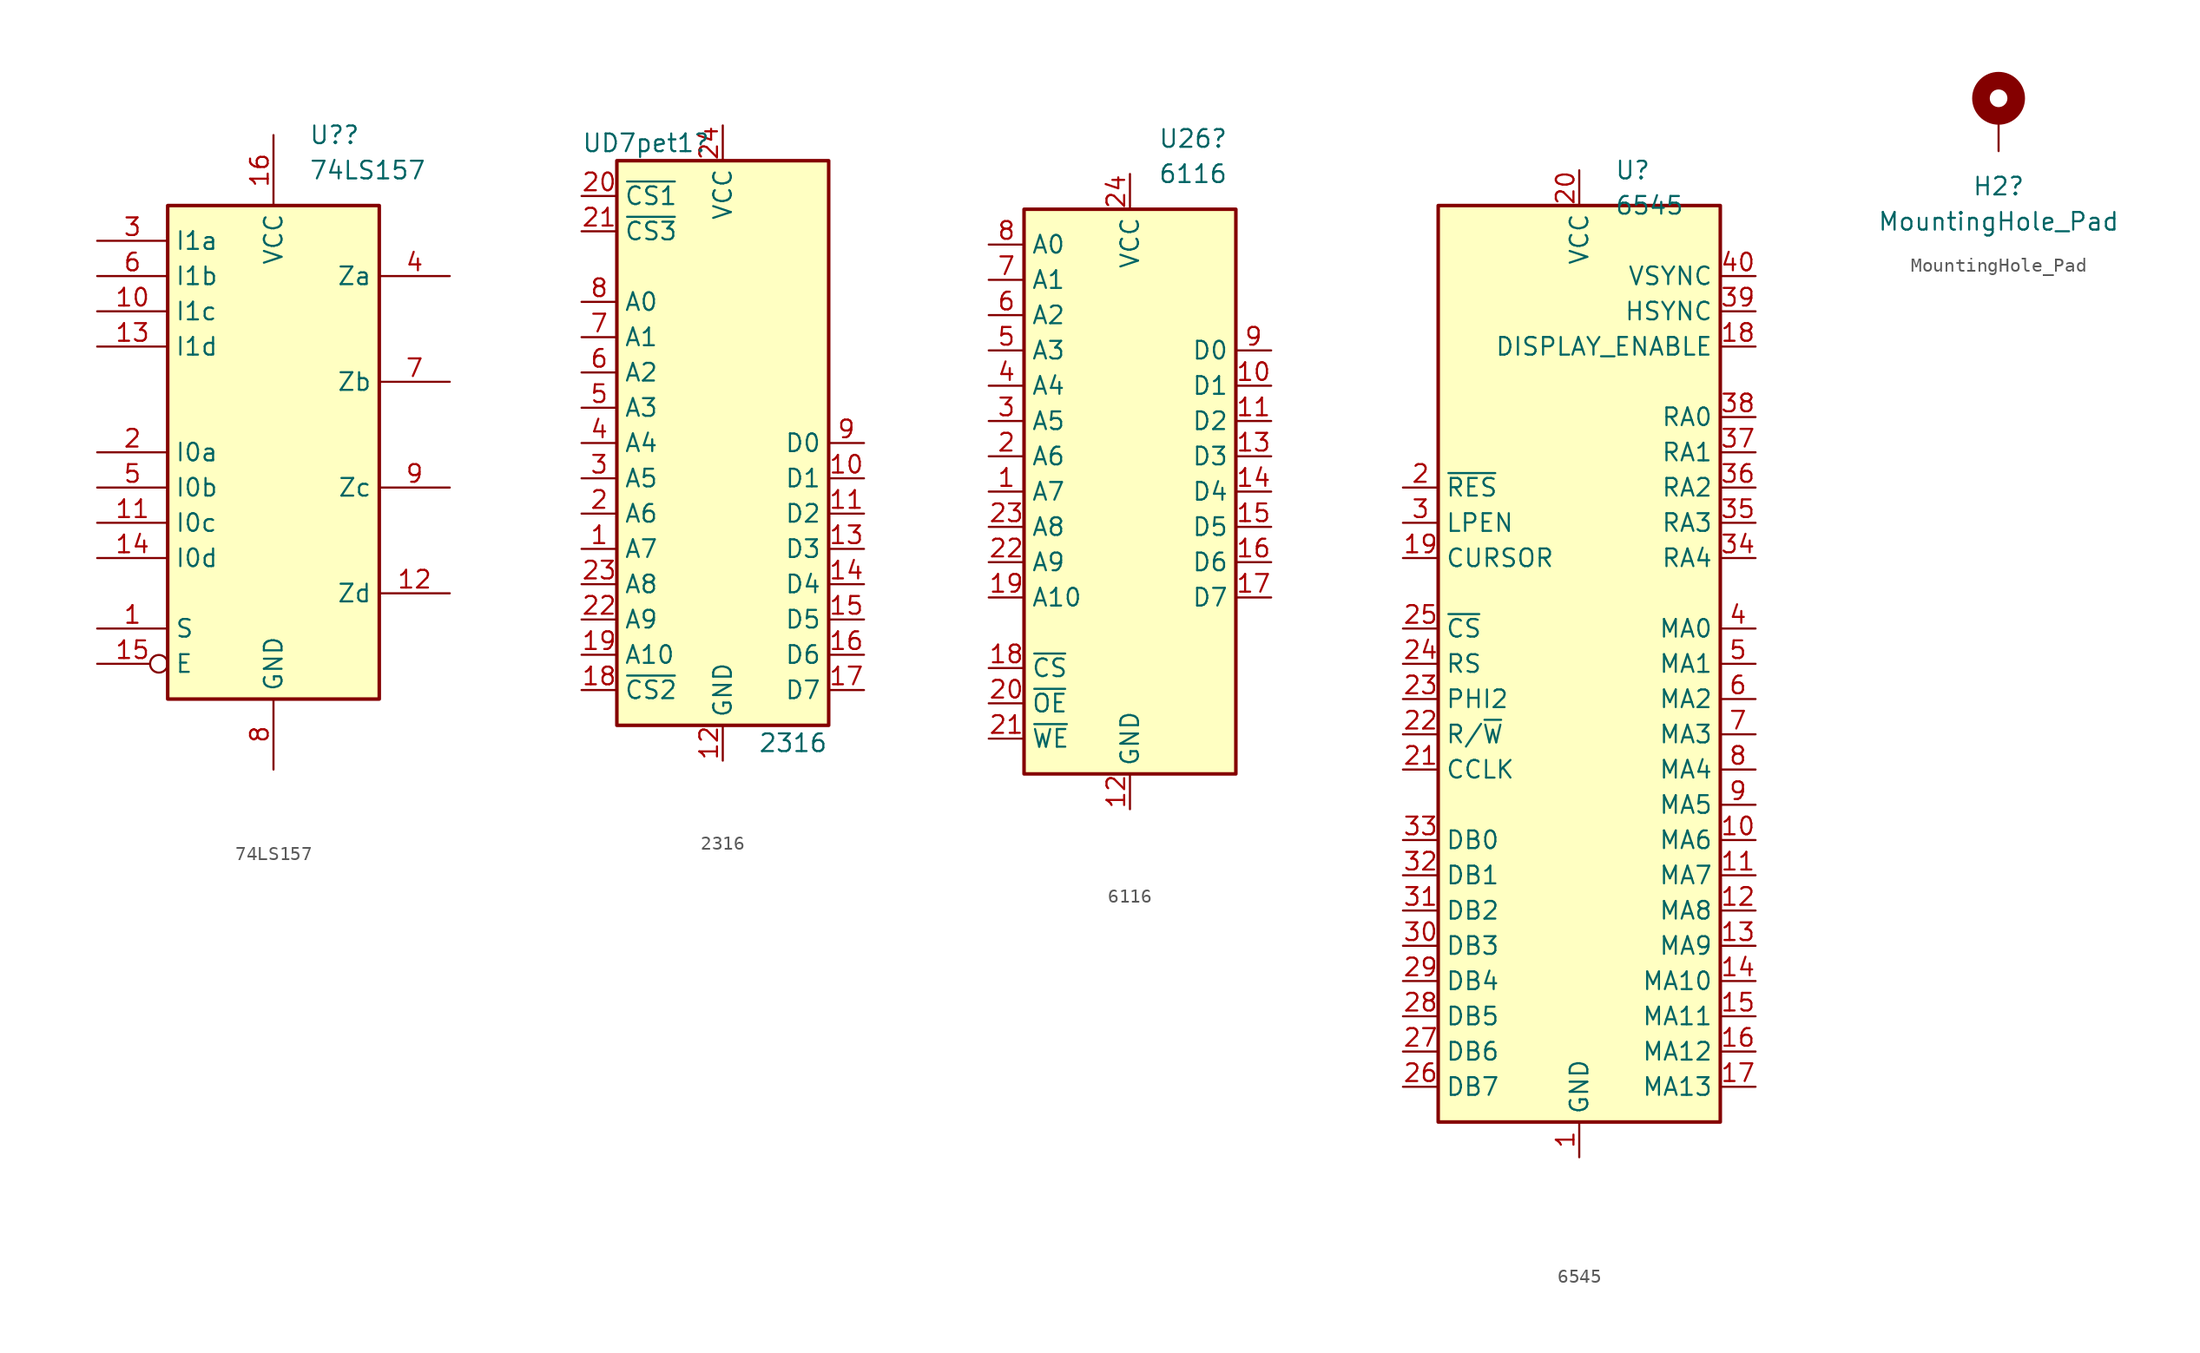
<source format=kicad_sym>
(kicad_symbol_lib
  (version 20220914)
  (generator kicad_symbol_editor)
  (symbol "74LS157"
    (property "Reference" "U?"
      (at 2.54 22.86 0)
      (effects (font (size 1.27 1.27)) (justify left)))
    (property "Value" "74LS157"
      (at 2.54 20.32 0)
      (effects (font (size 1.27 1.27)) (justify left)))
    (symbol "74LS157_1_0"
      (pin input line (at -12.7 -12.7 0) (length 5.08) (name "S" (effects (font (size 1.27 1.27)))) (number "1" (effects (font (size 1.27 1.27)))))
      (pin input line (at -12.7 10.16 0) (length 5.08) (name "I1c" (effects (font (size 1.27 1.27)))) (number "10" (effects (font (size 1.27 1.27)))))
      (pin input line (at -12.7 -5.08 0) (length 5.08) (name "I0c" (effects (font (size 1.27 1.27)))) (number "11" (effects (font (size 1.27 1.27)))))
      (pin output line (at 12.7 -10.16 180) (length 5.08) (name "Zd" (effects (font (size 1.27 1.27)))) (number "12" (effects (font (size 1.27 1.27)))))
      (pin input line (at -12.7 7.62 0) (length 5.08) (name "I1d" (effects (font (size 1.27 1.27)))) (number "13" (effects (font (size 1.27 1.27)))))
      (pin input line (at -12.7 -7.62 0) (length 5.08) (name "I0d" (effects (font (size 1.27 1.27)))) (number "14" (effects (font (size 1.27 1.27)))))
      (pin input inverted (at -12.7 -15.24 0) (length 5.08) (name "E" (effects (font (size 1.27 1.27)))) (number "15" (effects (font (size 1.27 1.27)))))
      (pin power_in line (at 0 22.86 270) (length 5.08) (name "VCC" (effects (font (size 1.27 1.27)))) (number "16" (effects (font (size 1.27 1.27)))))
      (pin input line (at -12.7 0 0) (length 5.08) (name "I0a" (effects (font (size 1.27 1.27)))) (number "2" (effects (font (size 1.27 1.27)))))
      (pin input line (at -12.7 15.24 0) (length 5.08) (name "I1a" (effects (font (size 1.27 1.27)))) (number "3" (effects (font (size 1.27 1.27)))))
      (pin output line (at 12.7 12.7 180) (length 5.08) (name "Za" (effects (font (size 1.27 1.27)))) (number "4" (effects (font (size 1.27 1.27)))))
      (pin input line (at -12.7 -2.54 0) (length 5.08) (name "I0b" (effects (font (size 1.27 1.27)))) (number "5" (effects (font (size 1.27 1.27)))))
      (pin input line (at -12.7 12.7 0) (length 5.08) (name "I1b" (effects (font (size 1.27 1.27)))) (number "6" (effects (font (size 1.27 1.27)))))
      (pin output line (at 12.7 5.08 180) (length 5.08) (name "Zb" (effects (font (size 1.27 1.27)))) (number "7" (effects (font (size 1.27 1.27)))))
      (pin power_in line (at 0 -22.86 90) (length 5.08) (name "GND" (effects (font (size 1.27 1.27)))) (number "8" (effects (font (size 1.27 1.27)))))
      (pin output line (at 12.7 -2.54 180) (length 5.08) (name "Zc" (effects (font (size 1.27 1.27)))) (number "9" (effects (font (size 1.27 1.27))))))
    (symbol "74LS157_1_1"
      (rectangle (start -7.62 17.78) (end 7.62 -17.78) (stroke (width 0.254) (type default)) (fill (type background)))))
  (symbol "2316"
    (property "Reference" "UD7pet1"
      (at -10.16 21.59 0)
      (effects (font (size 1.27 1.27)) (justify left)))
    (property "Value" "2316"
      (at 2.54 -21.59 0)
      (effects (font (size 1.27 1.27)) (justify left)))
    (symbol "2316_0_1"
      (rectangle (start -7.62 20.32) (end 7.62 -20.32) (stroke (width 0.254) (type default)) (fill (type background))))
    (symbol "2316_1_1"
      (pin input line (at -10.16 -7.62 0) (length 2.54) (name "A7" (effects (font (size 1.27 1.27)))) (number "1" (effects (font (size 1.27 1.27)))))
      (pin tri_state line (at 10.16 -2.54 180) (length 2.54) (name "D1" (effects (font (size 1.27 1.27)))) (number "10" (effects (font (size 1.27 1.27)))))
      (pin tri_state line (at 10.16 -5.08 180) (length 2.54) (name "D2" (effects (font (size 1.27 1.27)))) (number "11" (effects (font (size 1.27 1.27)))))
      (pin power_in line (at 0 -22.86 90) (length 2.54) (name "GND" (effects (font (size 1.27 1.27)))) (number "12" (effects (font (size 1.27 1.27)))))
      (pin tri_state line (at 10.16 -7.62 180) (length 2.54) (name "D3" (effects (font (size 1.27 1.27)))) (number "13" (effects (font (size 1.27 1.27)))))
      (pin tri_state line (at 10.16 -10.16 180) (length 2.54) (name "D4" (effects (font (size 1.27 1.27)))) (number "14" (effects (font (size 1.27 1.27)))))
      (pin tri_state line (at 10.16 -12.7 180) (length 2.54) (name "D5" (effects (font (size 1.27 1.27)))) (number "15" (effects (font (size 1.27 1.27)))))
      (pin tri_state line (at 10.16 -15.24 180) (length 2.54) (name "D6" (effects (font (size 1.27 1.27)))) (number "16" (effects (font (size 1.27 1.27)))))
      (pin tri_state line (at 10.16 -17.78 180) (length 2.54) (name "D7" (effects (font (size 1.27 1.27)))) (number "17" (effects (font (size 1.27 1.27)))))
      (pin input line (at -10.16 -17.78 0) (length 2.54) (name "~{CS2}" (effects (font (size 1.27 1.27)))) (number "18" (effects (font (size 1.27 1.27)))))
      (pin input line (at -10.16 -15.24 0) (length 2.54) (name "A10" (effects (font (size 1.27 1.27)))) (number "19" (effects (font (size 1.27 1.27)))))
      (pin input line (at -10.16 -5.08 0) (length 2.54) (name "A6" (effects (font (size 1.27 1.27)))) (number "2" (effects (font (size 1.27 1.27)))))
      (pin input line (at -10.16 17.78 0) (length 2.54) (name "~{CS1}" (effects (font (size 1.27 1.27)))) (number "20" (effects (font (size 1.27 1.27)))))
      (pin input line (at -10.16 15.24 0) (length 2.54) (name "~{CS3}" (effects (font (size 1.27 1.27)))) (number "21" (effects (font (size 1.27 1.27)))))
      (pin input line (at -10.16 -12.7 0) (length 2.54) (name "A9" (effects (font (size 1.27 1.27)))) (number "22" (effects (font (size 1.27 1.27)))))
      (pin input line (at -10.16 -10.16 0) (length 2.54) (name "A8" (effects (font (size 1.27 1.27)))) (number "23" (effects (font (size 1.27 1.27)))))
      (pin power_in line (at 0 22.86 270) (length 2.54) (name "VCC" (effects (font (size 1.27 1.27)))) (number "24" (effects (font (size 1.27 1.27)))))
      (pin input line (at -10.16 -2.54 0) (length 2.54) (name "A5" (effects (font (size 1.27 1.27)))) (number "3" (effects (font (size 1.27 1.27)))))
      (pin input line (at -10.16 0 0) (length 2.54) (name "A4" (effects (font (size 1.27 1.27)))) (number "4" (effects (font (size 1.27 1.27)))))
      (pin input line (at -10.16 2.54 0) (length 2.54) (name "A3" (effects (font (size 1.27 1.27)))) (number "5" (effects (font (size 1.27 1.27)))))
      (pin input line (at -10.16 5.08 0) (length 2.54) (name "A2" (effects (font (size 1.27 1.27)))) (number "6" (effects (font (size 1.27 1.27)))))
      (pin input line (at -10.16 7.62 0) (length 2.54) (name "A1" (effects (font (size 1.27 1.27)))) (number "7" (effects (font (size 1.27 1.27)))))
      (pin input line (at -10.16 10.16 0) (length 2.54) (name "A0" (effects (font (size 1.27 1.27)))) (number "8" (effects (font (size 1.27 1.27)))))
      (pin tri_state line (at 10.16 0 180) (length 2.54) (name "D0" (effects (font (size 1.27 1.27)))) (number "9" (effects (font (size 1.27 1.27)))))))
  (symbol "6116"
    (property "Reference" "U26"
      (at 2.019 25.4 0)
      (effects (font (size 1.27 1.27)) (justify left)))
    (property "Value" "6116"
      (at 2.019 22.86 0)
      (effects (font (size 1.27 1.27)) (justify left)))
    (symbol "6116_0_1"
      (rectangle (start -7.62 20.32) (end 7.62 -20.32) (stroke (width 0.254) (type default)) (fill (type background))))
    (symbol "6116_1_1"
      (pin input line (at -10.16 0 0) (length 2.54) (name "A7" (effects (font (size 1.27 1.27)))) (number "1" (effects (font (size 1.27 1.27)))))
      (pin bidirectional line (at 10.16 7.62 180) (length 2.54) (name "D1" (effects (font (size 1.27 1.27)))) (number "10" (effects (font (size 1.27 1.27)))))
      (pin bidirectional line (at 10.16 5.08 180) (length 2.54) (name "D2" (effects (font (size 1.27 1.27)))) (number "11" (effects (font (size 1.27 1.27)))))
      (pin power_in line (at 0 -22.86 90) (length 2.54) (name "GND" (effects (font (size 1.27 1.27)))) (number "12" (effects (font (size 1.27 1.27)))))
      (pin bidirectional line (at 10.16 2.54 180) (length 2.54) (name "D3" (effects (font (size 1.27 1.27)))) (number "13" (effects (font (size 1.27 1.27)))))
      (pin bidirectional line (at 10.16 0 180) (length 2.54) (name "D4" (effects (font (size 1.27 1.27)))) (number "14" (effects (font (size 1.27 1.27)))))
      (pin bidirectional line (at 10.16 -2.54 180) (length 2.54) (name "D5" (effects (font (size 1.27 1.27)))) (number "15" (effects (font (size 1.27 1.27)))))
      (pin bidirectional line (at 10.16 -5.08 180) (length 2.54) (name "D6" (effects (font (size 1.27 1.27)))) (number "16" (effects (font (size 1.27 1.27)))))
      (pin bidirectional line (at 10.16 -7.62 180) (length 2.54) (name "D7" (effects (font (size 1.27 1.27)))) (number "17" (effects (font (size 1.27 1.27)))))
      (pin input line (at -10.16 -12.7 0) (length 2.54) (name "~{CS}" (effects (font (size 1.27 1.27)))) (number "18" (effects (font (size 1.27 1.27)))))
      (pin input line (at -10.16 -7.62 0) (length 2.54) (name "A10" (effects (font (size 1.27 1.27)))) (number "19" (effects (font (size 1.27 1.27)))))
      (pin input line (at -10.16 2.54 0) (length 2.54) (name "A6" (effects (font (size 1.27 1.27)))) (number "2" (effects (font (size 1.27 1.27)))))
      (pin input line (at -10.16 -15.24 0) (length 2.54) (name "~{OE}" (effects (font (size 1.27 1.27)))) (number "20" (effects (font (size 1.27 1.27)))))
      (pin input line (at -10.16 -17.78 0) (length 2.54) (name "~{WE}" (effects (font (size 1.27 1.27)))) (number "21" (effects (font (size 1.27 1.27)))))
      (pin input line (at -10.16 -5.08 0) (length 2.54) (name "A9" (effects (font (size 1.27 1.27)))) (number "22" (effects (font (size 1.27 1.27)))))
      (pin input line (at -10.16 -2.54 0) (length 2.54) (name "A8" (effects (font (size 1.27 1.27)))) (number "23" (effects (font (size 1.27 1.27)))))
      (pin power_in line (at 0 22.86 270) (length 2.54) (name "VCC" (effects (font (size 1.27 1.27)))) (number "24" (effects (font (size 1.27 1.27)))))
      (pin input line (at -10.16 5.08 0) (length 2.54) (name "A5" (effects (font (size 1.27 1.27)))) (number "3" (effects (font (size 1.27 1.27)))))
      (pin input line (at -10.16 7.62 0) (length 2.54) (name "A4" (effects (font (size 1.27 1.27)))) (number "4" (effects (font (size 1.27 1.27)))))
      (pin input line (at -10.16 10.16 0) (length 2.54) (name "A3" (effects (font (size 1.27 1.27)))) (number "5" (effects (font (size 1.27 1.27)))))
      (pin input line (at -10.16 12.7 0) (length 2.54) (name "A2" (effects (font (size 1.27 1.27)))) (number "6" (effects (font (size 1.27 1.27)))))
      (pin input line (at -10.16 15.24 0) (length 2.54) (name "A1" (effects (font (size 1.27 1.27)))) (number "7" (effects (font (size 1.27 1.27)))))
      (pin input line (at -10.16 17.78 0) (length 2.54) (name "A0" (effects (font (size 1.27 1.27)))) (number "8" (effects (font (size 1.27 1.27)))))
      (pin bidirectional line (at 10.16 10.16 180) (length 2.54) (name "D0" (effects (font (size 1.27 1.27)))) (number "9" (effects (font (size 1.27 1.27)))))))
  (symbol "6545"
    (property "Reference" "U"
      (at 2.54 35.56 0)
      (effects (font (size 1.27 1.27)) (justify left)))
    (property "Value" "6545"
      (at 2.54 33.02 0)
      (effects (font (size 1.27 1.27)) (justify left)))
    (symbol "6545_0_1"
      (rectangle (start -10.16 33.02) (end 10.16 -33.02) (stroke (width 0.254) (type default)) (fill (type background))))
    (symbol "6545_1_1"
      (pin power_in line (at 0 -35.56 90) (length 2.54) (name "GND" (effects (font (size 1.27 1.27)))) (number "1" (effects (font (size 1.27 1.27)))))
      (pin output line (at 12.7 -12.7 180) (length 2.54) (name "MA6" (effects (font (size 1.27 1.27)))) (number "10" (effects (font (size 1.27 1.27)))))
      (pin output line (at 12.7 -15.24 180) (length 2.54) (name "MA7" (effects (font (size 1.27 1.27)))) (number "11" (effects (font (size 1.27 1.27)))))
      (pin output line (at 12.7 -17.78 180) (length 2.54) (name "MA8" (effects (font (size 1.27 1.27)))) (number "12" (effects (font (size 1.27 1.27)))))
      (pin output line (at 12.7 -20.32 180) (length 2.54) (name "MA9" (effects (font (size 1.27 1.27)))) (number "13" (effects (font (size 1.27 1.27)))))
      (pin output line (at 12.7 -22.86 180) (length 2.54) (name "MA10" (effects (font (size 1.27 1.27)))) (number "14" (effects (font (size 1.27 1.27)))))
      (pin output line (at 12.7 -25.4 180) (length 2.54) (name "MA11" (effects (font (size 1.27 1.27)))) (number "15" (effects (font (size 1.27 1.27)))))
      (pin output line (at 12.7 -27.94 180) (length 2.54) (name "MA12" (effects (font (size 1.27 1.27)))) (number "16" (effects (font (size 1.27 1.27)))))
      (pin output line (at 12.7 -30.48 180) (length 2.54) (name "MA13" (effects (font (size 1.27 1.27)))) (number "17" (effects (font (size 1.27 1.27)))))
      (pin output line (at 12.7 22.86 180) (length 2.54) (name "DISPLAY_ENABLE" (effects (font (size 1.27 1.27)))) (number "18" (effects (font (size 1.27 1.27)))))
      (pin input line (at -12.7 7.62 0) (length 2.54) (name "CURSOR" (effects (font (size 1.27 1.27)))) (number "19" (effects (font (size 1.27 1.27)))))
      (pin input line (at -12.7 12.7 0) (length 2.54) (name "~{RES}" (effects (font (size 1.27 1.27)))) (number "2" (effects (font (size 1.27 1.27)))))
      (pin power_in line (at 0 35.56 270) (length 2.54) (name "VCC" (effects (font (size 1.27 1.27)))) (number "20" (effects (font (size 1.27 1.27)))))
      (pin input line (at -12.7 -7.62 0) (length 2.54) (name "CCLK" (effects (font (size 1.27 1.27)))) (number "21" (effects (font (size 1.27 1.27)))))
      (pin input line (at -12.7 -5.08 0) (length 2.54) (name "R/~{W}" (effects (font (size 1.27 1.27)))) (number "22" (effects (font (size 1.27 1.27)))))
      (pin input line (at -12.7 -2.54 0) (length 2.54) (name "PHI2" (effects (font (size 1.27 1.27)))) (number "23" (effects (font (size 1.27 1.27)))))
      (pin input line (at -12.7 0 0) (length 2.54) (name "RS" (effects (font (size 1.27 1.27)))) (number "24" (effects (font (size 1.27 1.27)))))
      (pin input line (at -12.7 2.54 0) (length 2.54) (name "~{CS}" (effects (font (size 1.27 1.27)))) (number "25" (effects (font (size 1.27 1.27)))))
      (pin bidirectional line (at -12.7 -30.48 0) (length 2.54) (name "DB7" (effects (font (size 1.27 1.27)))) (number "26" (effects (font (size 1.27 1.27)))))
      (pin bidirectional line (at -12.7 -27.94 0) (length 2.54) (name "DB6" (effects (font (size 1.27 1.27)))) (number "27" (effects (font (size 1.27 1.27)))))
      (pin bidirectional line (at -12.7 -25.4 0) (length 2.54) (name "DB5" (effects (font (size 1.27 1.27)))) (number "28" (effects (font (size 1.27 1.27)))))
      (pin bidirectional line (at -12.7 -22.86 0) (length 2.54) (name "DB4" (effects (font (size 1.27 1.27)))) (number "29" (effects (font (size 1.27 1.27)))))
      (pin input line (at -12.7 10.16 0) (length 2.54) (name "LPEN" (effects (font (size 1.27 1.27)))) (number "3" (effects (font (size 1.27 1.27)))))
      (pin bidirectional line (at -12.7 -20.32 0) (length 2.54) (name "DB3" (effects (font (size 1.27 1.27)))) (number "30" (effects (font (size 1.27 1.27)))))
      (pin bidirectional line (at -12.7 -17.78 0) (length 2.54) (name "DB2" (effects (font (size 1.27 1.27)))) (number "31" (effects (font (size 1.27 1.27)))))
      (pin bidirectional line (at -12.7 -15.24 0) (length 2.54) (name "DB1" (effects (font (size 1.27 1.27)))) (number "32" (effects (font (size 1.27 1.27)))))
      (pin bidirectional line (at -12.7 -12.7 0) (length 2.54) (name "DB0" (effects (font (size 1.27 1.27)))) (number "33" (effects (font (size 1.27 1.27)))))
      (pin output line (at 12.7 7.62 180) (length 2.54) (name "RA4" (effects (font (size 1.27 1.27)))) (number "34" (effects (font (size 1.27 1.27)))))
      (pin output line (at 12.7 10.16 180) (length 2.54) (name "RA3" (effects (font (size 1.27 1.27)))) (number "35" (effects (font (size 1.27 1.27)))))
      (pin output line (at 12.7 12.7 180) (length 2.54) (name "RA2" (effects (font (size 1.27 1.27)))) (number "36" (effects (font (size 1.27 1.27)))))
      (pin output line (at 12.7 15.24 180) (length 2.54) (name "RA1" (effects (font (size 1.27 1.27)))) (number "37" (effects (font (size 1.27 1.27)))))
      (pin output line (at 12.7 17.78 180) (length 2.54) (name "RA0" (effects (font (size 1.27 1.27)))) (number "38" (effects (font (size 1.27 1.27)))))
      (pin output line (at 12.7 25.4 180) (length 2.54) (name "HSYNC" (effects (font (size 1.27 1.27)))) (number "39" (effects (font (size 1.27 1.27)))))
      (pin output line (at 12.7 2.54 180) (length 2.54) (name "MA0" (effects (font (size 1.27 1.27)))) (number "4" (effects (font (size 1.27 1.27)))))
      (pin output line (at 12.7 27.94 180) (length 2.54) (name "VSYNC" (effects (font (size 1.27 1.27)))) (number "40" (effects (font (size 1.27 1.27)))))
      (pin output line (at 12.7 0 180) (length 2.54) (name "MA1" (effects (font (size 1.27 1.27)))) (number "5" (effects (font (size 1.27 1.27)))))
      (pin output line (at 12.7 -2.54 180) (length 2.54) (name "MA2" (effects (font (size 1.27 1.27)))) (number "6" (effects (font (size 1.27 1.27)))))
      (pin output line (at 12.7 -5.08 180) (length 2.54) (name "MA3" (effects (font (size 1.27 1.27)))) (number "7" (effects (font (size 1.27 1.27)))))
      (pin output line (at 12.7 -7.62 180) (length 2.54) (name "MA4" (effects (font (size 1.27 1.27)))) (number "8" (effects (font (size 1.27 1.27)))))
      (pin output line (at 12.7 -10.16 180) (length 2.54) (name "MA5" (effects (font (size 1.27 1.27)))) (number "9" (effects (font (size 1.27 1.27)))))))
  (symbol "MountingHole_Pad"
    (pin_numbers hide)
    (pin_names
      (offset 1.016) hide)
    (property "Reference" "H2"
      (at 0 -5.08 0)
      (effects (font (size 1.27 1.27))))
    (property "Value" "MountingHole_Pad"
      (at 0 -7.62 0)
      (effects (font (size 1.27 1.27))))
    (symbol "MountingHole_Pad_0_1"
      (circle (center 0 1.27) (radius 1.27) (stroke (width 1.27) (type default)) (fill (type none))))
    (symbol "MountingHole_Pad_1_1"
      (pin bidirectional line (at 0 -2.54 90) (length 2.54) (name "1" (effects (font (size 1.27 1.27)))) (number "1" (effects (font (size 1.27 1.27))))))))
</source>
